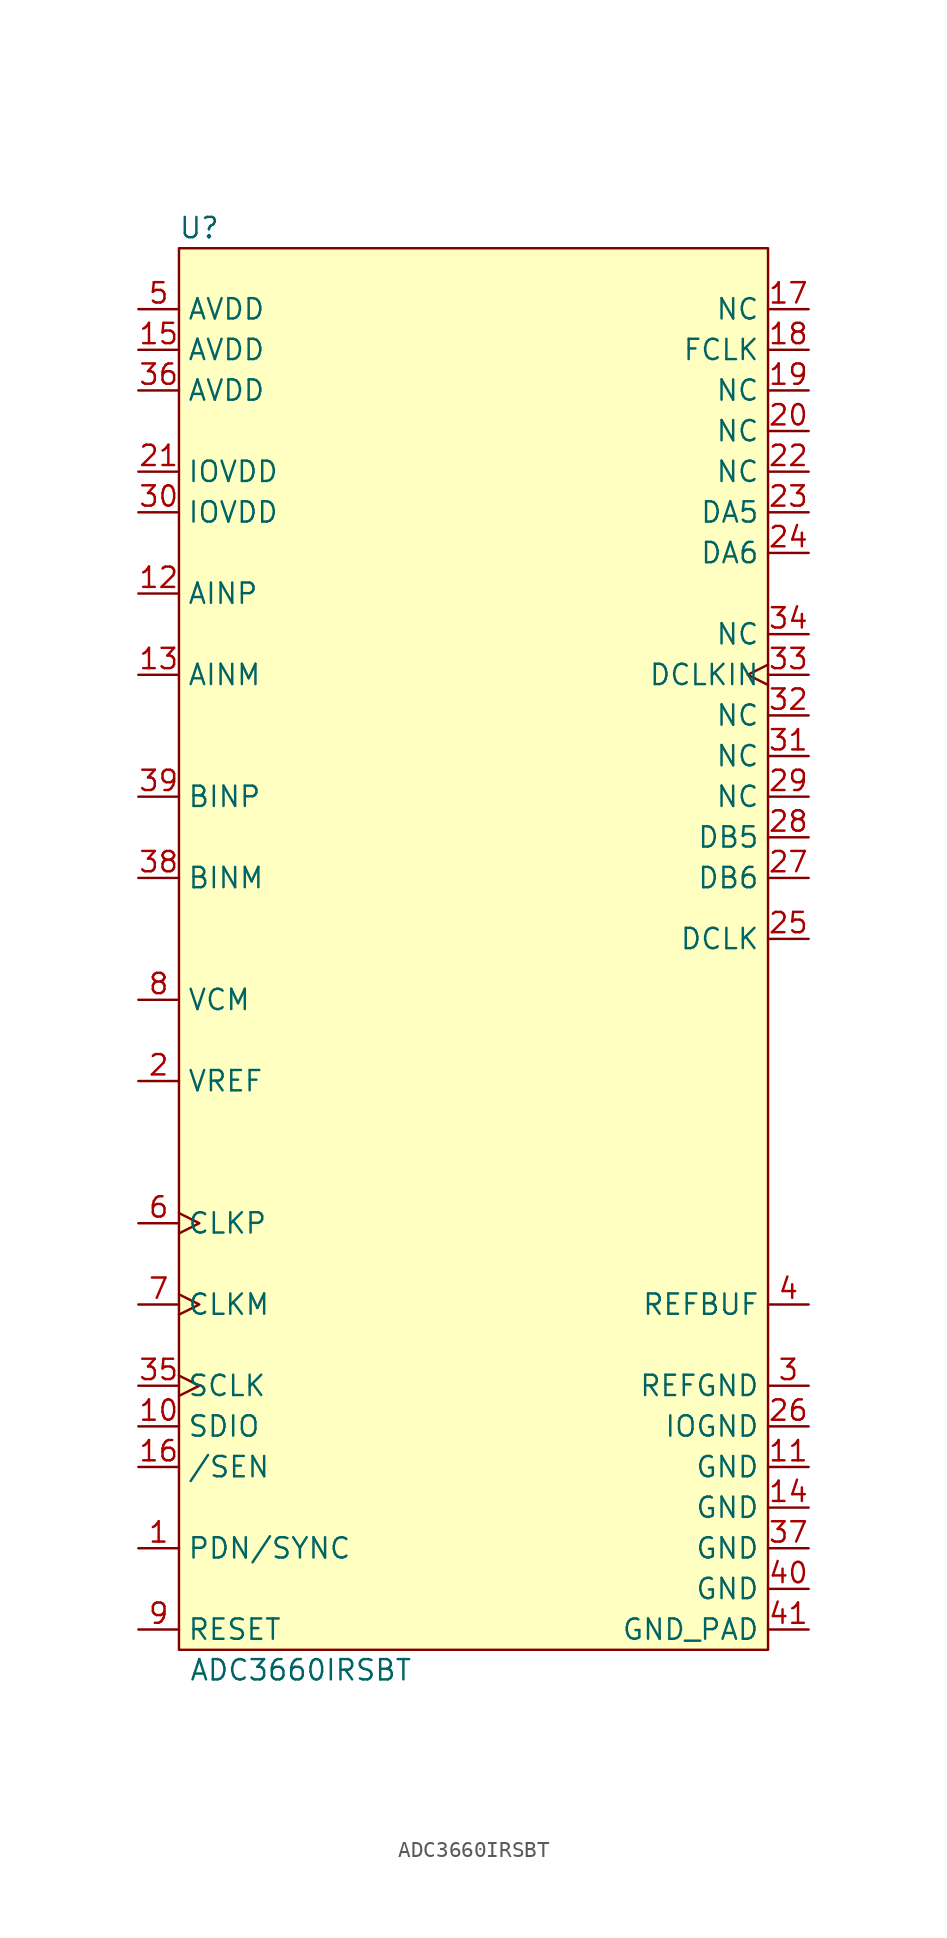
<source format=kicad_sym>
(kicad_symbol_lib
  (version 20211014)
  (generator kicad_symbol_editor)
  (symbol "ADC3660IRSBT"
    (property "Reference" "U"
      (at -16.51 44.45 0)
      (effects (font (size 1.27 1.27))))
    (property "Value" "ADC3660IRSBT"
      (at -10.16 -45.72 0)
      (effects (font (size 1.27 1.27))))
    (symbol "ADC3660IRSBT_0_1"
      (rectangle (start -17.78 43.18) (end 19.05 -44.45) (stroke (width 0) (type default) (color 0 0 0 0)) (fill (type background))))
    (symbol "ADC3660IRSBT_1_1"
      (pin input line (at -20.32 -38.1 0) (length 2.54) (name "PDN/SYNC" (effects (font (size 1.27 1.27)))) (number "1" (effects (font (size 1.27 1.27)))))
      (pin bidirectional line (at -20.32 -30.48 0) (length 2.54) (name "SDIO" (effects (font (size 1.27 1.27)))) (number "10" (effects (font (size 1.27 1.27)))))
      (pin power_in line (at 21.59 -33.02 180) (length 2.54) (name "GND" (effects (font (size 1.27 1.27)))) (number "11" (effects (font (size 1.27 1.27)))))
      (pin passive line (at -20.32 21.59 0) (length 2.54) (name "AINP" (effects (font (size 1.27 1.27)))) (number "12" (effects (font (size 1.27 1.27)))))
      (pin passive line (at -20.32 16.51 0) (length 2.54) (name "AINM" (effects (font (size 1.27 1.27)))) (number "13" (effects (font (size 1.27 1.27)))))
      (pin power_in line (at 21.59 -35.56 180) (length 2.54) (name "GND" (effects (font (size 1.27 1.27)))) (number "14" (effects (font (size 1.27 1.27)))))
      (pin power_in line (at -20.32 36.83 0) (length 2.54) (name "AVDD" (effects (font (size 1.27 1.27)))) (number "15" (effects (font (size 1.27 1.27)))))
      (pin input line (at -20.32 -33.02 0) (length 2.54) (name "/SEN" (effects (font (size 1.27 1.27)))) (number "16" (effects (font (size 1.27 1.27)))))
      (pin passive line (at 21.59 39.37 180) (length 2.54) (name "NC" (effects (font (size 1.27 1.27)))) (number "17" (effects (font (size 1.27 1.27)))))
      (pin output line (at 21.59 36.83 180) (length 2.54) (name "FCLK" (effects (font (size 1.27 1.27)))) (number "18" (effects (font (size 1.27 1.27)))))
      (pin passive line (at 21.59 34.29 180) (length 2.54) (name "NC" (effects (font (size 1.27 1.27)))) (number "19" (effects (font (size 1.27 1.27)))))
      (pin passive line (at -20.32 -8.89 0) (length 2.54) (name "VREF" (effects (font (size 1.27 1.27)))) (number "2" (effects (font (size 1.27 1.27)))))
      (pin passive line (at 21.59 31.75 180) (length 2.54) (name "NC" (effects (font (size 1.27 1.27)))) (number "20" (effects (font (size 1.27 1.27)))))
      (pin power_in line (at -20.32 29.21 0) (length 2.54) (name "IOVDD" (effects (font (size 1.27 1.27)))) (number "21" (effects (font (size 1.27 1.27)))))
      (pin passive line (at 21.59 29.21 180) (length 2.54) (name "NC" (effects (font (size 1.27 1.27)))) (number "22" (effects (font (size 1.27 1.27)))))
      (pin output line (at 21.59 26.67 180) (length 2.54) (name "DA5" (effects (font (size 1.27 1.27)))) (number "23" (effects (font (size 1.27 1.27)))))
      (pin output line (at 21.59 24.13 180) (length 2.54) (name "DA6" (effects (font (size 1.27 1.27)))) (number "24" (effects (font (size 1.27 1.27)))))
      (pin output line (at 21.59 0 180) (length 2.54) (name "DCLK" (effects (font (size 1.27 1.27)))) (number "25" (effects (font (size 1.27 1.27)))))
      (pin power_in line (at 21.59 -30.48 180) (length 2.54) (name "IOGND" (effects (font (size 1.27 1.27)))) (number "26" (effects (font (size 1.27 1.27)))))
      (pin output line (at 21.59 3.81 180) (length 2.54) (name "DB6" (effects (font (size 1.27 1.27)))) (number "27" (effects (font (size 1.27 1.27)))))
      (pin output line (at 21.59 6.35 180) (length 2.54) (name "DB5" (effects (font (size 1.27 1.27)))) (number "28" (effects (font (size 1.27 1.27)))))
      (pin passive line (at 21.59 8.89 180) (length 2.54) (name "NC" (effects (font (size 1.27 1.27)))) (number "29" (effects (font (size 1.27 1.27)))))
      (pin passive line (at 21.59 -27.94 180) (length 2.54) (name "REFGND" (effects (font (size 1.27 1.27)))) (number "3" (effects (font (size 1.27 1.27)))))
      (pin power_in line (at -20.32 26.67 0) (length 2.54) (name "IOVDD" (effects (font (size 1.27 1.27)))) (number "30" (effects (font (size 1.27 1.27)))))
      (pin passive line (at 21.59 11.43 180) (length 2.54) (name "NC" (effects (font (size 1.27 1.27)))) (number "31" (effects (font (size 1.27 1.27)))))
      (pin passive line (at 21.59 13.97 180) (length 2.54) (name "NC" (effects (font (size 1.27 1.27)))) (number "32" (effects (font (size 1.27 1.27)))))
      (pin input clock (at 21.59 16.51 180) (length 2.54) (name "DCLKIN" (effects (font (size 1.27 1.27)))) (number "33" (effects (font (size 1.27 1.27)))))
      (pin passive line (at 21.59 19.05 180) (length 2.54) (name "NC" (effects (font (size 1.27 1.27)))) (number "34" (effects (font (size 1.27 1.27)))))
      (pin input clock (at -20.32 -27.94 0) (length 2.54) (name "SCLK" (effects (font (size 1.27 1.27)))) (number "35" (effects (font (size 1.27 1.27)))))
      (pin power_in line (at -20.32 34.29 0) (length 2.54) (name "AVDD" (effects (font (size 1.27 1.27)))) (number "36" (effects (font (size 1.27 1.27)))))
      (pin power_in line (at 21.59 -38.1 180) (length 2.54) (name "GND" (effects (font (size 1.27 1.27)))) (number "37" (effects (font (size 1.27 1.27)))))
      (pin passive line (at -20.32 3.81 0) (length 2.54) (name "BINM" (effects (font (size 1.27 1.27)))) (number "38" (effects (font (size 1.27 1.27)))))
      (pin passive line (at -20.32 8.89 0) (length 2.54) (name "BINP" (effects (font (size 1.27 1.27)))) (number "39" (effects (font (size 1.27 1.27)))))
      (pin passive line (at 21.59 -22.86 180) (length 2.54) (name "REFBUF" (effects (font (size 1.27 1.27)))) (number "4" (effects (font (size 1.27 1.27)))))
      (pin power_in line (at 21.59 -40.64 180) (length 2.54) (name "GND" (effects (font (size 1.27 1.27)))) (number "40" (effects (font (size 1.27 1.27)))))
      (pin power_in line (at 21.59 -43.18 180) (length 2.54) (name "GND_PAD" (effects (font (size 1.27 1.27)))) (number "41" (effects (font (size 1.27 1.27)))))
      (pin power_in line (at -20.32 39.37 0) (length 2.54) (name "AVDD" (effects (font (size 1.27 1.27)))) (number "5" (effects (font (size 1.27 1.27)))))
      (pin input clock (at -20.32 -17.78 0) (length 2.54) (name "CLKP" (effects (font (size 1.27 1.27)))) (number "6" (effects (font (size 1.27 1.27)))))
      (pin input clock (at -20.32 -22.86 0) (length 2.54) (name "CLKM" (effects (font (size 1.27 1.27)))) (number "7" (effects (font (size 1.27 1.27)))))
      (pin passive line (at -20.32 -3.81 0) (length 2.54) (name "VCM" (effects (font (size 1.27 1.27)))) (number "8" (effects (font (size 1.27 1.27)))))
      (pin input line (at -20.32 -43.18 0) (length 2.54) (name "RESET" (effects (font (size 1.27 1.27)))) (number "9" (effects (font (size 1.27 1.27))))))))
</source>
